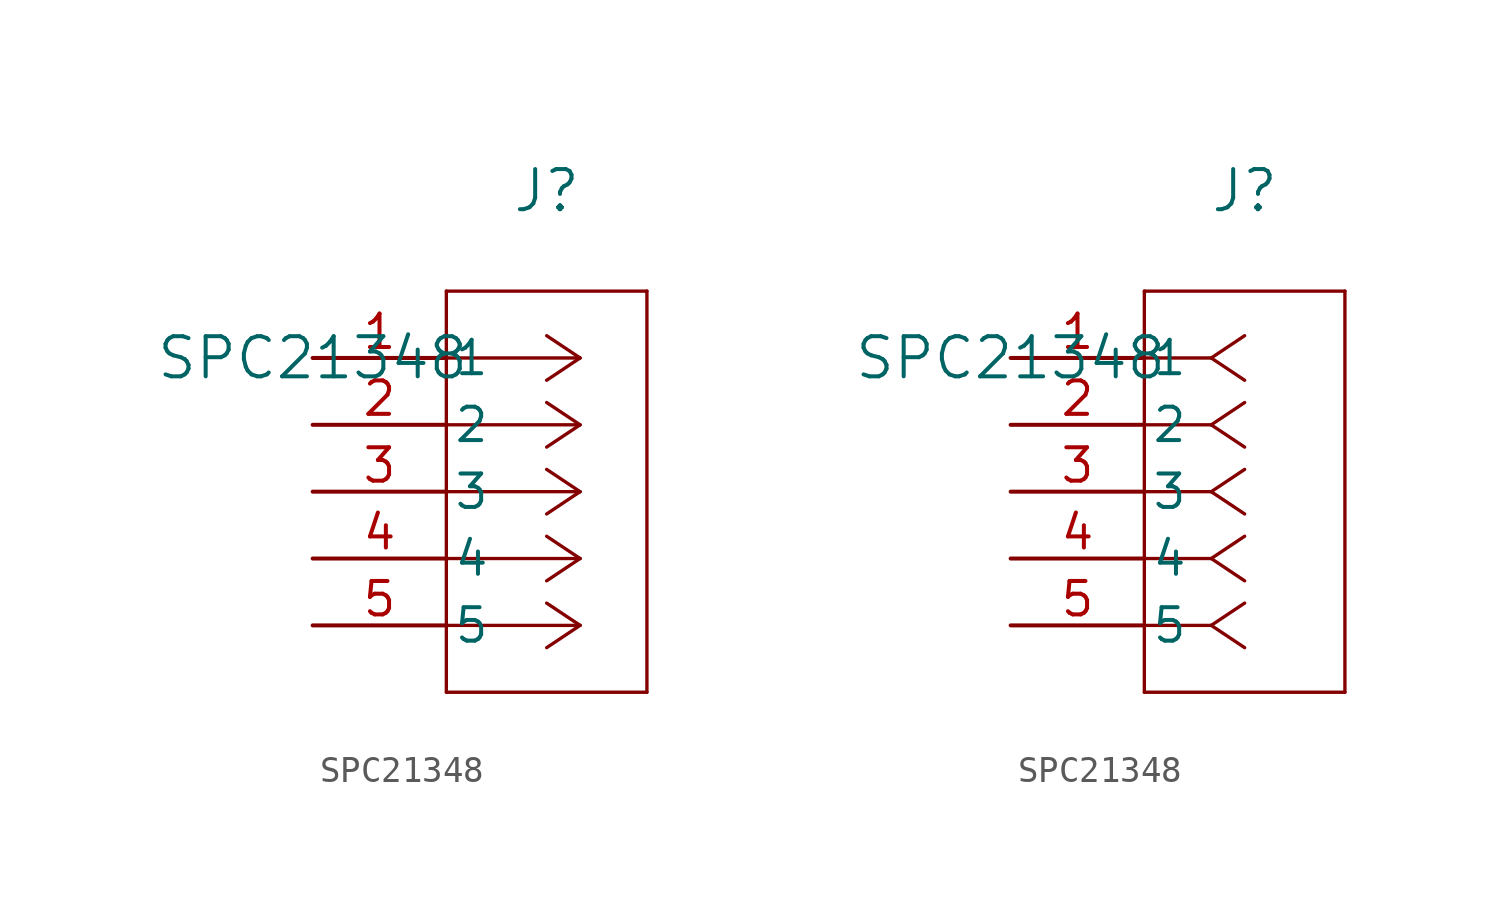
<source format=kicad_sym>
(kicad_symbol_lib
  (version 20211014)
  (generator kicad_symbol_editor)
  (symbol "SPC21348"
    (pin_names
      (offset 0.254))
    (property "Reference" "J"
      (at 8.89 6.35 0)
      (effects (font (size 1.524 1.524))))
    (property "Value" "SPC21348"
      (at 0 0 0)
      (effects (font (size 1.524 1.524))))
    (symbol "SPC21348_1_1"
      (polyline (pts (xy 10.16 0) (xy 5.08 0)) (stroke (width 0.127) (type default) (color 0 0 0 0)) (fill (type none)))
      (polyline (pts (xy 10.16 -2.54) (xy 5.08 -2.54)) (stroke (width 0.127) (type default) (color 0 0 0 0)) (fill (type none)))
      (polyline (pts (xy 10.16 -5.08) (xy 5.08 -5.08)) (stroke (width 0.127) (type default) (color 0 0 0 0)) (fill (type none)))
      (polyline (pts (xy 10.16 -7.62) (xy 5.08 -7.62)) (stroke (width 0.127) (type default) (color 0 0 0 0)) (fill (type none)))
      (polyline (pts (xy 10.16 -10.16) (xy 5.08 -10.16)) (stroke (width 0.127) (type default) (color 0 0 0 0)) (fill (type none)))
      (polyline (pts (xy 10.16 0) (xy 8.89 0.847)) (stroke (width 0.127) (type default) (color 0 0 0 0)) (fill (type none)))
      (polyline (pts (xy 10.16 -2.54) (xy 8.89 -1.693)) (stroke (width 0.127) (type default) (color 0 0 0 0)) (fill (type none)))
      (polyline (pts (xy 10.16 -5.08) (xy 8.89 -4.233)) (stroke (width 0.127) (type default) (color 0 0 0 0)) (fill (type none)))
      (polyline (pts (xy 10.16 -7.62) (xy 8.89 -6.773)) (stroke (width 0.127) (type default) (color 0 0 0 0)) (fill (type none)))
      (polyline (pts (xy 10.16 -10.16) (xy 8.89 -9.313)) (stroke (width 0.127) (type default) (color 0 0 0 0)) (fill (type none)))
      (polyline (pts (xy 10.16 0) (xy 8.89 -0.847)) (stroke (width 0.127) (type default) (color 0 0 0 0)) (fill (type none)))
      (polyline (pts (xy 10.16 -2.54) (xy 8.89 -3.387)) (stroke (width 0.127) (type default) (color 0 0 0 0)) (fill (type none)))
      (polyline (pts (xy 10.16 -5.08) (xy 8.89 -5.927)) (stroke (width 0.127) (type default) (color 0 0 0 0)) (fill (type none)))
      (polyline (pts (xy 10.16 -7.62) (xy 8.89 -8.467)) (stroke (width 0.127) (type default) (color 0 0 0 0)) (fill (type none)))
      (polyline (pts (xy 10.16 -10.16) (xy 8.89 -11.007)) (stroke (width 0.127) (type default) (color 0 0 0 0)) (fill (type none)))
      (polyline (pts (xy 5.08 2.54) (xy 5.08 -12.7)) (stroke (width 0.127) (type default) (color 0 0 0 0)) (fill (type none)))
      (polyline (pts (xy 5.08 -12.7) (xy 12.7 -12.7)) (stroke (width 0.127) (type default) (color 0 0 0 0)) (fill (type none)))
      (polyline (pts (xy 12.7 -12.7) (xy 12.7 2.54)) (stroke (width 0.127) (type default) (color 0 0 0 0)) (fill (type none)))
      (polyline (pts (xy 12.7 2.54) (xy 5.08 2.54)) (stroke (width 0.127) (type default) (color 0 0 0 0)) (fill (type none)))
      (pin unspecified line (at 0 0 0) (length 5.08) (name "1" (effects (font (size 1.27 1.27)))) (number "1" (effects (font (size 1.27 1.27)))))
      (pin unspecified line (at 0 -2.54 0) (length 5.08) (name "2" (effects (font (size 1.27 1.27)))) (number "2" (effects (font (size 1.27 1.27)))))
      (pin unspecified line (at 0 -5.08 0) (length 5.08) (name "3" (effects (font (size 1.27 1.27)))) (number "3" (effects (font (size 1.27 1.27)))))
      (pin unspecified line (at 0 -7.62 0) (length 5.08) (name "4" (effects (font (size 1.27 1.27)))) (number "4" (effects (font (size 1.27 1.27)))))
      (pin unspecified line (at 0 -10.16 0) (length 5.08) (name "5" (effects (font (size 1.27 1.27)))) (number "5" (effects (font (size 1.27 1.27))))))
    (symbol "SPC21348_1_2"
      (polyline (pts (xy 7.62 0) (xy 5.08 0)) (stroke (width 0.127) (type default) (color 0 0 0 0)) (fill (type none)))
      (polyline (pts (xy 7.62 -2.54) (xy 5.08 -2.54)) (stroke (width 0.127) (type default) (color 0 0 0 0)) (fill (type none)))
      (polyline (pts (xy 7.62 -5.08) (xy 5.08 -5.08)) (stroke (width 0.127) (type default) (color 0 0 0 0)) (fill (type none)))
      (polyline (pts (xy 7.62 -7.62) (xy 5.08 -7.62)) (stroke (width 0.127) (type default) (color 0 0 0 0)) (fill (type none)))
      (polyline (pts (xy 7.62 -10.16) (xy 5.08 -10.16)) (stroke (width 0.127) (type default) (color 0 0 0 0)) (fill (type none)))
      (polyline (pts (xy 7.62 0) (xy 8.89 0.847)) (stroke (width 0.127) (type default) (color 0 0 0 0)) (fill (type none)))
      (polyline (pts (xy 7.62 -2.54) (xy 8.89 -1.693)) (stroke (width 0.127) (type default) (color 0 0 0 0)) (fill (type none)))
      (polyline (pts (xy 7.62 -5.08) (xy 8.89 -4.233)) (stroke (width 0.127) (type default) (color 0 0 0 0)) (fill (type none)))
      (polyline (pts (xy 7.62 -7.62) (xy 8.89 -6.773)) (stroke (width 0.127) (type default) (color 0 0 0 0)) (fill (type none)))
      (polyline (pts (xy 7.62 -10.16) (xy 8.89 -9.313)) (stroke (width 0.127) (type default) (color 0 0 0 0)) (fill (type none)))
      (polyline (pts (xy 7.62 0) (xy 8.89 -0.847)) (stroke (width 0.127) (type default) (color 0 0 0 0)) (fill (type none)))
      (polyline (pts (xy 7.62 -2.54) (xy 8.89 -3.387)) (stroke (width 0.127) (type default) (color 0 0 0 0)) (fill (type none)))
      (polyline (pts (xy 7.62 -5.08) (xy 8.89 -5.927)) (stroke (width 0.127) (type default) (color 0 0 0 0)) (fill (type none)))
      (polyline (pts (xy 7.62 -7.62) (xy 8.89 -8.467)) (stroke (width 0.127) (type default) (color 0 0 0 0)) (fill (type none)))
      (polyline (pts (xy 7.62 -10.16) (xy 8.89 -11.007)) (stroke (width 0.127) (type default) (color 0 0 0 0)) (fill (type none)))
      (polyline (pts (xy 5.08 2.54) (xy 5.08 -12.7)) (stroke (width 0.127) (type default) (color 0 0 0 0)) (fill (type none)))
      (polyline (pts (xy 5.08 -12.7) (xy 12.7 -12.7)) (stroke (width 0.127) (type default) (color 0 0 0 0)) (fill (type none)))
      (polyline (pts (xy 12.7 -12.7) (xy 12.7 2.54)) (stroke (width 0.127) (type default) (color 0 0 0 0)) (fill (type none)))
      (polyline (pts (xy 12.7 2.54) (xy 5.08 2.54)) (stroke (width 0.127) (type default) (color 0 0 0 0)) (fill (type none)))
      (pin unspecified line (at 0 0 0) (length 5.08) (name "1" (effects (font (size 1.27 1.27)))) (number "1" (effects (font (size 1.27 1.27)))))
      (pin unspecified line (at 0 -2.54 0) (length 5.08) (name "2" (effects (font (size 1.27 1.27)))) (number "2" (effects (font (size 1.27 1.27)))))
      (pin unspecified line (at 0 -5.08 0) (length 5.08) (name "3" (effects (font (size 1.27 1.27)))) (number "3" (effects (font (size 1.27 1.27)))))
      (pin unspecified line (at 0 -7.62 0) (length 5.08) (name "4" (effects (font (size 1.27 1.27)))) (number "4" (effects (font (size 1.27 1.27)))))
      (pin unspecified line (at 0 -10.16 0) (length 5.08) (name "5" (effects (font (size 1.27 1.27)))) (number "5" (effects (font (size 1.27 1.27))))))))
</source>
